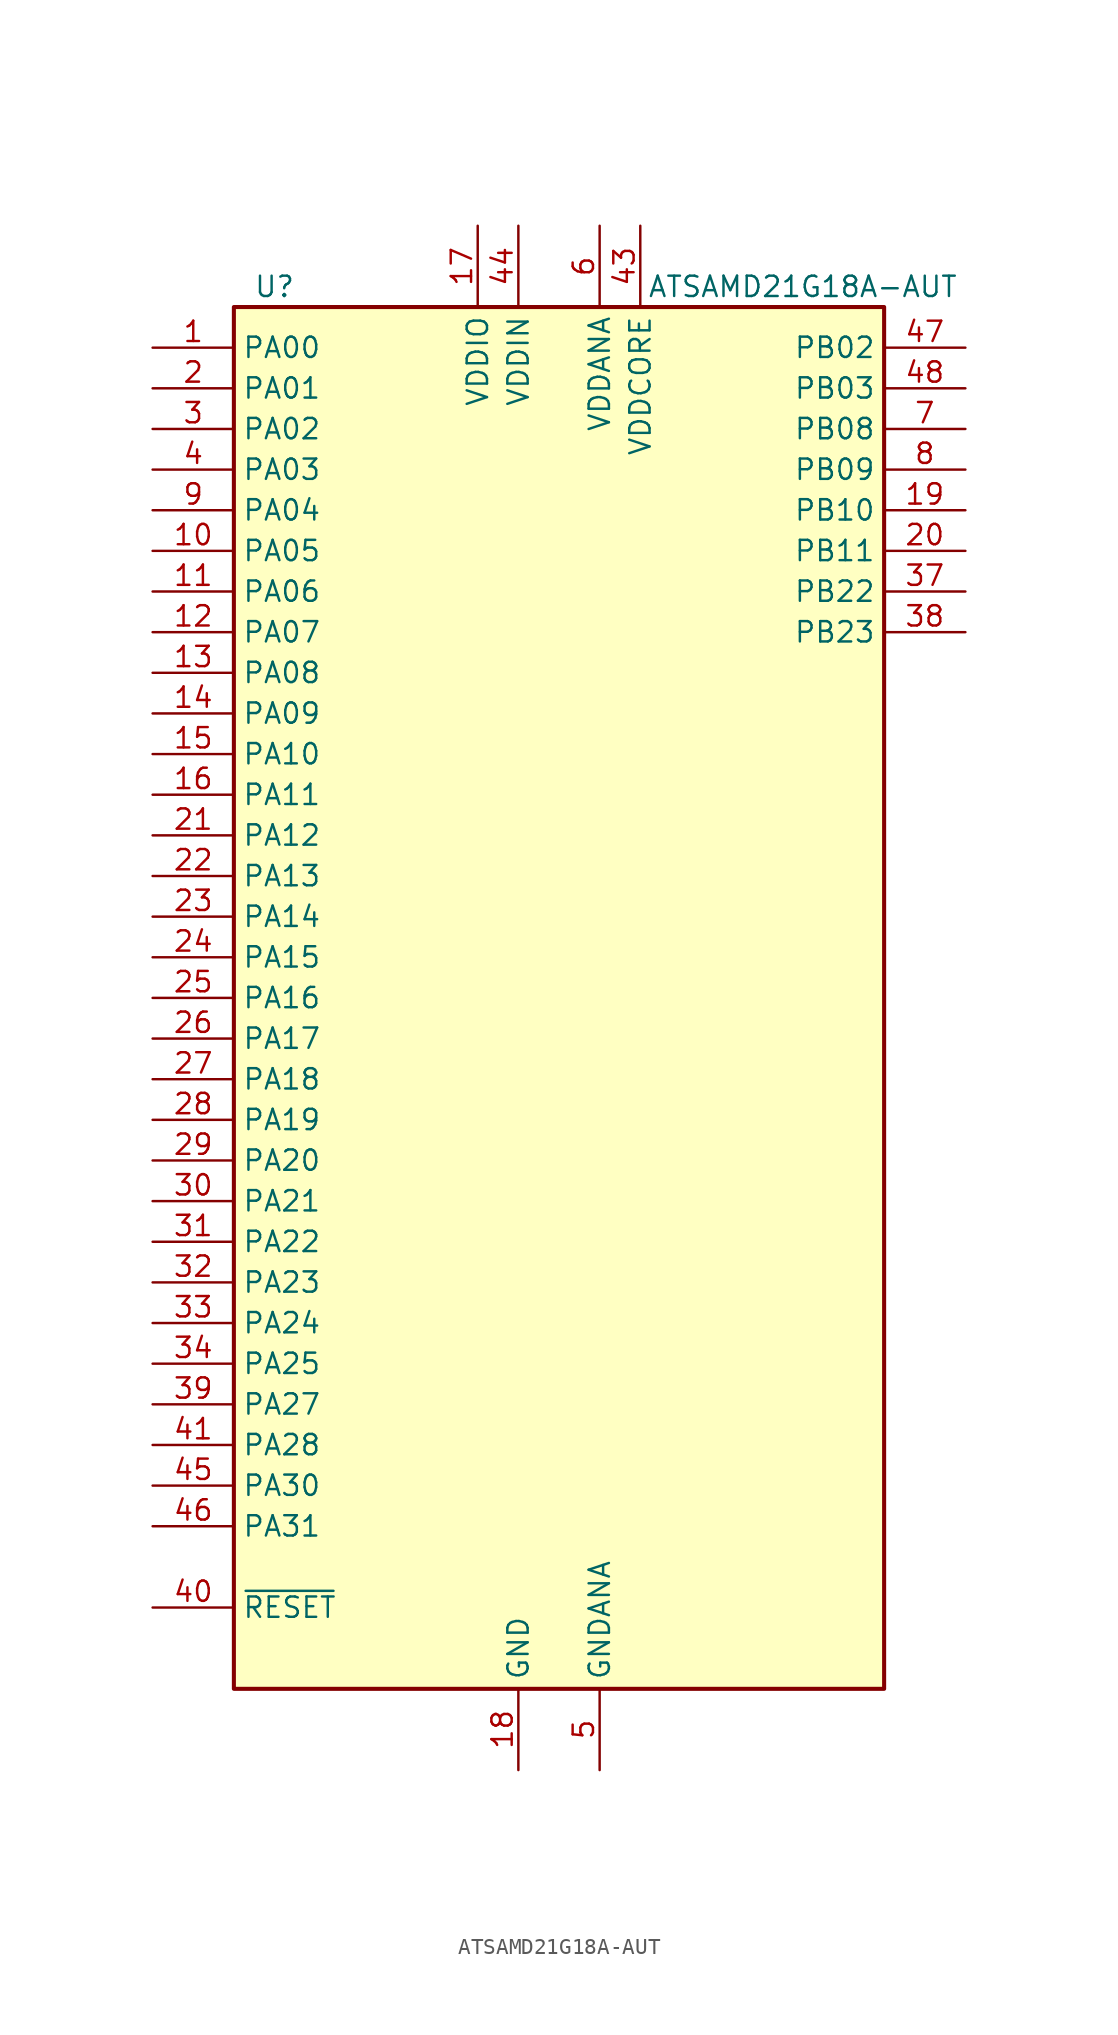
<source format=kicad_sym>
(kicad_symbol_lib
  (version 20211014)
  (generator kicad_symbol_editor)
  (symbol "ATSAMD21G18A-AUT"
    (property "Reference" "U"
      (at -17.78 44.45 0)
      (effects (font (size 1.27 1.27))))
    (property "Value" "ATSAMD21G18A-AUT"
      (at 15.24 44.45 0)
      (effects (font (size 1.27 1.27))))
    (symbol "ATSAMD21G18A-AUT_0_1"
      (rectangle (start -20.32 43.18) (end 20.32 -43.18) (stroke (width 0.254) (type default) (color 0 0 0 0)) (fill (type background))))
    (symbol "ATSAMD21G18A-AUT_1_1"
      (pin bidirectional line (at -25.4 40.64 0) (length 5.08) (name "PA00" (effects (font (size 1.27 1.27)))) (number "1" (effects (font (size 1.27 1.27)))))
      (pin bidirectional line (at -25.4 27.94 0) (length 5.08) (name "PA05" (effects (font (size 1.27 1.27)))) (number "10" (effects (font (size 1.27 1.27)))))
      (pin bidirectional line (at -25.4 25.4 0) (length 5.08) (name "PA06" (effects (font (size 1.27 1.27)))) (number "11" (effects (font (size 1.27 1.27)))))
      (pin bidirectional line (at -25.4 22.86 0) (length 5.08) (name "PA07" (effects (font (size 1.27 1.27)))) (number "12" (effects (font (size 1.27 1.27)))))
      (pin bidirectional line (at -25.4 20.32 0) (length 5.08) (name "PA08" (effects (font (size 1.27 1.27)))) (number "13" (effects (font (size 1.27 1.27)))))
      (pin bidirectional line (at -25.4 17.78 0) (length 5.08) (name "PA09" (effects (font (size 1.27 1.27)))) (number "14" (effects (font (size 1.27 1.27)))))
      (pin bidirectional line (at -25.4 15.24 0) (length 5.08) (name "PA10" (effects (font (size 1.27 1.27)))) (number "15" (effects (font (size 1.27 1.27)))))
      (pin bidirectional line (at -25.4 12.7 0) (length 5.08) (name "PA11" (effects (font (size 1.27 1.27)))) (number "16" (effects (font (size 1.27 1.27)))))
      (pin power_in line (at -5.08 48.26 270) (length 5.08) (name "VDDIO" (effects (font (size 1.27 1.27)))) (number "17" (effects (font (size 1.27 1.27)))))
      (pin power_in line (at -2.54 -48.26 90) (length 5.08) (name "GND" (effects (font (size 1.27 1.27)))) (number "18" (effects (font (size 1.27 1.27)))))
      (pin bidirectional line (at 25.4 30.48 180) (length 5.08) (name "PB10" (effects (font (size 1.27 1.27)))) (number "19" (effects (font (size 1.27 1.27)))))
      (pin bidirectional line (at -25.4 38.1 0) (length 5.08) (name "PA01" (effects (font (size 1.27 1.27)))) (number "2" (effects (font (size 1.27 1.27)))))
      (pin bidirectional line (at 25.4 27.94 180) (length 5.08) (name "PB11" (effects (font (size 1.27 1.27)))) (number "20" (effects (font (size 1.27 1.27)))))
      (pin bidirectional line (at -25.4 10.16 0) (length 5.08) (name "PA12" (effects (font (size 1.27 1.27)))) (number "21" (effects (font (size 1.27 1.27)))))
      (pin bidirectional line (at -25.4 7.62 0) (length 5.08) (name "PA13" (effects (font (size 1.27 1.27)))) (number "22" (effects (font (size 1.27 1.27)))))
      (pin bidirectional line (at -25.4 5.08 0) (length 5.08) (name "PA14" (effects (font (size 1.27 1.27)))) (number "23" (effects (font (size 1.27 1.27)))))
      (pin bidirectional line (at -25.4 2.54 0) (length 5.08) (name "PA15" (effects (font (size 1.27 1.27)))) (number "24" (effects (font (size 1.27 1.27)))))
      (pin bidirectional line (at -25.4 0 0) (length 5.08) (name "PA16" (effects (font (size 1.27 1.27)))) (number "25" (effects (font (size 1.27 1.27)))))
      (pin bidirectional line (at -25.4 -2.54 0) (length 5.08) (name "PA17" (effects (font (size 1.27 1.27)))) (number "26" (effects (font (size 1.27 1.27)))))
      (pin bidirectional line (at -25.4 -5.08 0) (length 5.08) (name "PA18" (effects (font (size 1.27 1.27)))) (number "27" (effects (font (size 1.27 1.27)))))
      (pin bidirectional line (at -25.4 -7.62 0) (length 5.08) (name "PA19" (effects (font (size 1.27 1.27)))) (number "28" (effects (font (size 1.27 1.27)))))
      (pin bidirectional line (at -25.4 -10.16 0) (length 5.08) (name "PA20" (effects (font (size 1.27 1.27)))) (number "29" (effects (font (size 1.27 1.27)))))
      (pin bidirectional line (at -25.4 35.56 0) (length 5.08) (name "PA02" (effects (font (size 1.27 1.27)))) (number "3" (effects (font (size 1.27 1.27)))))
      (pin bidirectional line (at -25.4 -12.7 0) (length 5.08) (name "PA21" (effects (font (size 1.27 1.27)))) (number "30" (effects (font (size 1.27 1.27)))))
      (pin bidirectional line (at -25.4 -15.24 0) (length 5.08) (name "PA22" (effects (font (size 1.27 1.27)))) (number "31" (effects (font (size 1.27 1.27)))))
      (pin bidirectional line (at -25.4 -17.78 0) (length 5.08) (name "PA23" (effects (font (size 1.27 1.27)))) (number "32" (effects (font (size 1.27 1.27)))))
      (pin bidirectional line (at -25.4 -20.32 0) (length 5.08) (name "PA24" (effects (font (size 1.27 1.27)))) (number "33" (effects (font (size 1.27 1.27)))))
      (pin bidirectional line (at -25.4 -22.86 0) (length 5.08) (name "PA25" (effects (font (size 1.27 1.27)))) (number "34" (effects (font (size 1.27 1.27)))))
      (pin passive line (at -2.54 -48.26 90) (length 5.08) hide (name "GND" (effects (font (size 1.27 1.27)))) (number "35" (effects (font (size 1.27 1.27)))))
      (pin passive line (at -5.08 48.26 270) (length 5.08) hide (name "VDDIO" (effects (font (size 1.27 1.27)))) (number "36" (effects (font (size 1.27 1.27)))))
      (pin bidirectional line (at 25.4 25.4 180) (length 5.08) (name "PB22" (effects (font (size 1.27 1.27)))) (number "37" (effects (font (size 1.27 1.27)))))
      (pin bidirectional line (at 25.4 22.86 180) (length 5.08) (name "PB23" (effects (font (size 1.27 1.27)))) (number "38" (effects (font (size 1.27 1.27)))))
      (pin bidirectional line (at -25.4 -25.4 0) (length 5.08) (name "PA27" (effects (font (size 1.27 1.27)))) (number "39" (effects (font (size 1.27 1.27)))))
      (pin bidirectional line (at -25.4 33.02 0) (length 5.08) (name "PA03" (effects (font (size 1.27 1.27)))) (number "4" (effects (font (size 1.27 1.27)))))
      (pin input line (at -25.4 -38.1 0) (length 5.08) (name "~{RESET}" (effects (font (size 1.27 1.27)))) (number "40" (effects (font (size 1.27 1.27)))))
      (pin bidirectional line (at -25.4 -27.94 0) (length 5.08) (name "PA28" (effects (font (size 1.27 1.27)))) (number "41" (effects (font (size 1.27 1.27)))))
      (pin passive line (at -2.54 -48.26 90) (length 5.08) hide (name "GND" (effects (font (size 1.27 1.27)))) (number "42" (effects (font (size 1.27 1.27)))))
      (pin power_out line (at 5.08 48.26 270) (length 5.08) (name "VDDCORE" (effects (font (size 1.27 1.27)))) (number "43" (effects (font (size 1.27 1.27)))))
      (pin power_in line (at -2.54 48.26 270) (length 5.08) (name "VDDIN" (effects (font (size 1.27 1.27)))) (number "44" (effects (font (size 1.27 1.27)))))
      (pin bidirectional line (at -25.4 -30.48 0) (length 5.08) (name "PA30" (effects (font (size 1.27 1.27)))) (number "45" (effects (font (size 1.27 1.27)))))
      (pin bidirectional line (at -25.4 -33.02 0) (length 5.08) (name "PA31" (effects (font (size 1.27 1.27)))) (number "46" (effects (font (size 1.27 1.27)))))
      (pin bidirectional line (at 25.4 40.64 180) (length 5.08) (name "PB02" (effects (font (size 1.27 1.27)))) (number "47" (effects (font (size 1.27 1.27)))))
      (pin bidirectional line (at 25.4 38.1 180) (length 5.08) (name "PB03" (effects (font (size 1.27 1.27)))) (number "48" (effects (font (size 1.27 1.27)))))
      (pin power_in line (at 2.54 -48.26 90) (length 5.08) (name "GNDANA" (effects (font (size 1.27 1.27)))) (number "5" (effects (font (size 1.27 1.27)))))
      (pin power_in line (at 2.54 48.26 270) (length 5.08) (name "VDDANA" (effects (font (size 1.27 1.27)))) (number "6" (effects (font (size 1.27 1.27)))))
      (pin bidirectional line (at 25.4 35.56 180) (length 5.08) (name "PB08" (effects (font (size 1.27 1.27)))) (number "7" (effects (font (size 1.27 1.27)))))
      (pin bidirectional line (at 25.4 33.02 180) (length 5.08) (name "PB09" (effects (font (size 1.27 1.27)))) (number "8" (effects (font (size 1.27 1.27)))))
      (pin bidirectional line (at -25.4 30.48 0) (length 5.08) (name "PA04" (effects (font (size 1.27 1.27)))) (number "9" (effects (font (size 1.27 1.27))))))))
</source>
